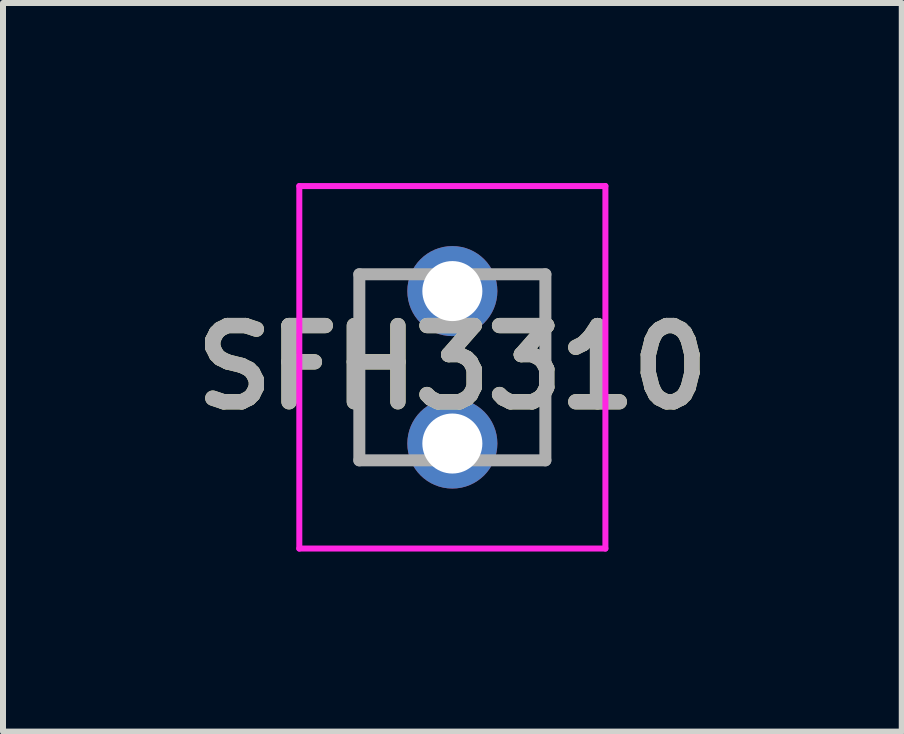
<source format=kicad_pcb>
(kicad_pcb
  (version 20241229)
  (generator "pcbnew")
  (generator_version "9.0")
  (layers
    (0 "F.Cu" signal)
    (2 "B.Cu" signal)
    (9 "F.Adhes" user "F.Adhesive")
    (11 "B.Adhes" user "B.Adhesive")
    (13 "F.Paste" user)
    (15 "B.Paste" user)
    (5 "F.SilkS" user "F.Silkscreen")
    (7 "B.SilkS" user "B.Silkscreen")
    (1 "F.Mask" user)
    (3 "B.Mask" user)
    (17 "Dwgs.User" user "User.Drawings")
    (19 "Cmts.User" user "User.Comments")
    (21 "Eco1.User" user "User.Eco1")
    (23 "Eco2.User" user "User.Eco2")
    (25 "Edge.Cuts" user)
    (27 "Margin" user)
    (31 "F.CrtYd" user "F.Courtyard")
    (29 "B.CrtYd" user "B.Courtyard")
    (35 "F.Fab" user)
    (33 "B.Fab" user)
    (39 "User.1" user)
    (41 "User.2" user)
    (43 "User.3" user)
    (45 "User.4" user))
  (footprint "SFH3310"
    (layer "F.Cu")
    (at 4.487 1.8)
    (property "Reference" "SFH3310" (at 0 1.27 0) (layer "F.SilkS") (effects (font (size 1.27 1.27) (thickness 0.254))))
    (attr through_hole)
    (fp_line (start -1.55 -0.28) (end -1.55 2.82) (stroke (width 0.1) (type solid)) (layer "F.SilkS"))
    (fp_line (start 1.55 -0.28) (end 1.55 2.82) (stroke (width 0.1) (type solid)) (layer "F.SilkS"))
    (fp_line (start -2.55 -1.75) (end 2.55 -1.75) (stroke (width 0.1) (type solid)) (layer "F.CrtYd"))
    (fp_line (start -2.55 4.29) (end -2.55 -1.75) (stroke (width 0.1) (type solid)) (layer "F.CrtYd"))
    (fp_line (start 2.55 -1.75) (end 2.55 4.29) (stroke (width 0.1) (type solid)) (layer "F.CrtYd"))
    (fp_line (start 2.55 4.29) (end -2.55 4.29) (stroke (width 0.1) (type solid)) (layer "F.CrtYd"))
    (fp_line (start -1.55 -0.28) (end 1.55 -0.28) (stroke (width 0.2) (type solid)) (layer "F.Fab"))
    (fp_line (start -1.55 2.82) (end -1.55 -0.28) (stroke (width 0.2) (type solid)) (layer "F.Fab"))
    (fp_line (start 1.55 -0.28) (end 1.55 2.82) (stroke (width 0.2) (type solid)) (layer "F.Fab"))
    (fp_line (start 1.55 2.82) (end -1.55 2.82) (stroke (width 0.2) (type solid)) (layer "F.Fab"))
    (fp_text user "${REFERENCE}" (at 0 1.27 0) (layer "F.Fab") (effects (font (size 1.27 1.27) (thickness 0.254))))
    (pad "1" thru_hole circle (at 0 0) (size 1.5 1.5) (drill 1) (layers "*.Cu" "*.Mask"))
    (pad "2" thru_hole circle (at 0 2.54) (size 1.5 1.5) (drill 1) (layers "*.Cu" "*.Mask")))
  (gr_rect
    (start -3 -3)
    (end 11.975 9.14)
    (stroke (width 0.1) (type default))
    (fill no)
    (layer "Edge.Cuts")))
</source>
